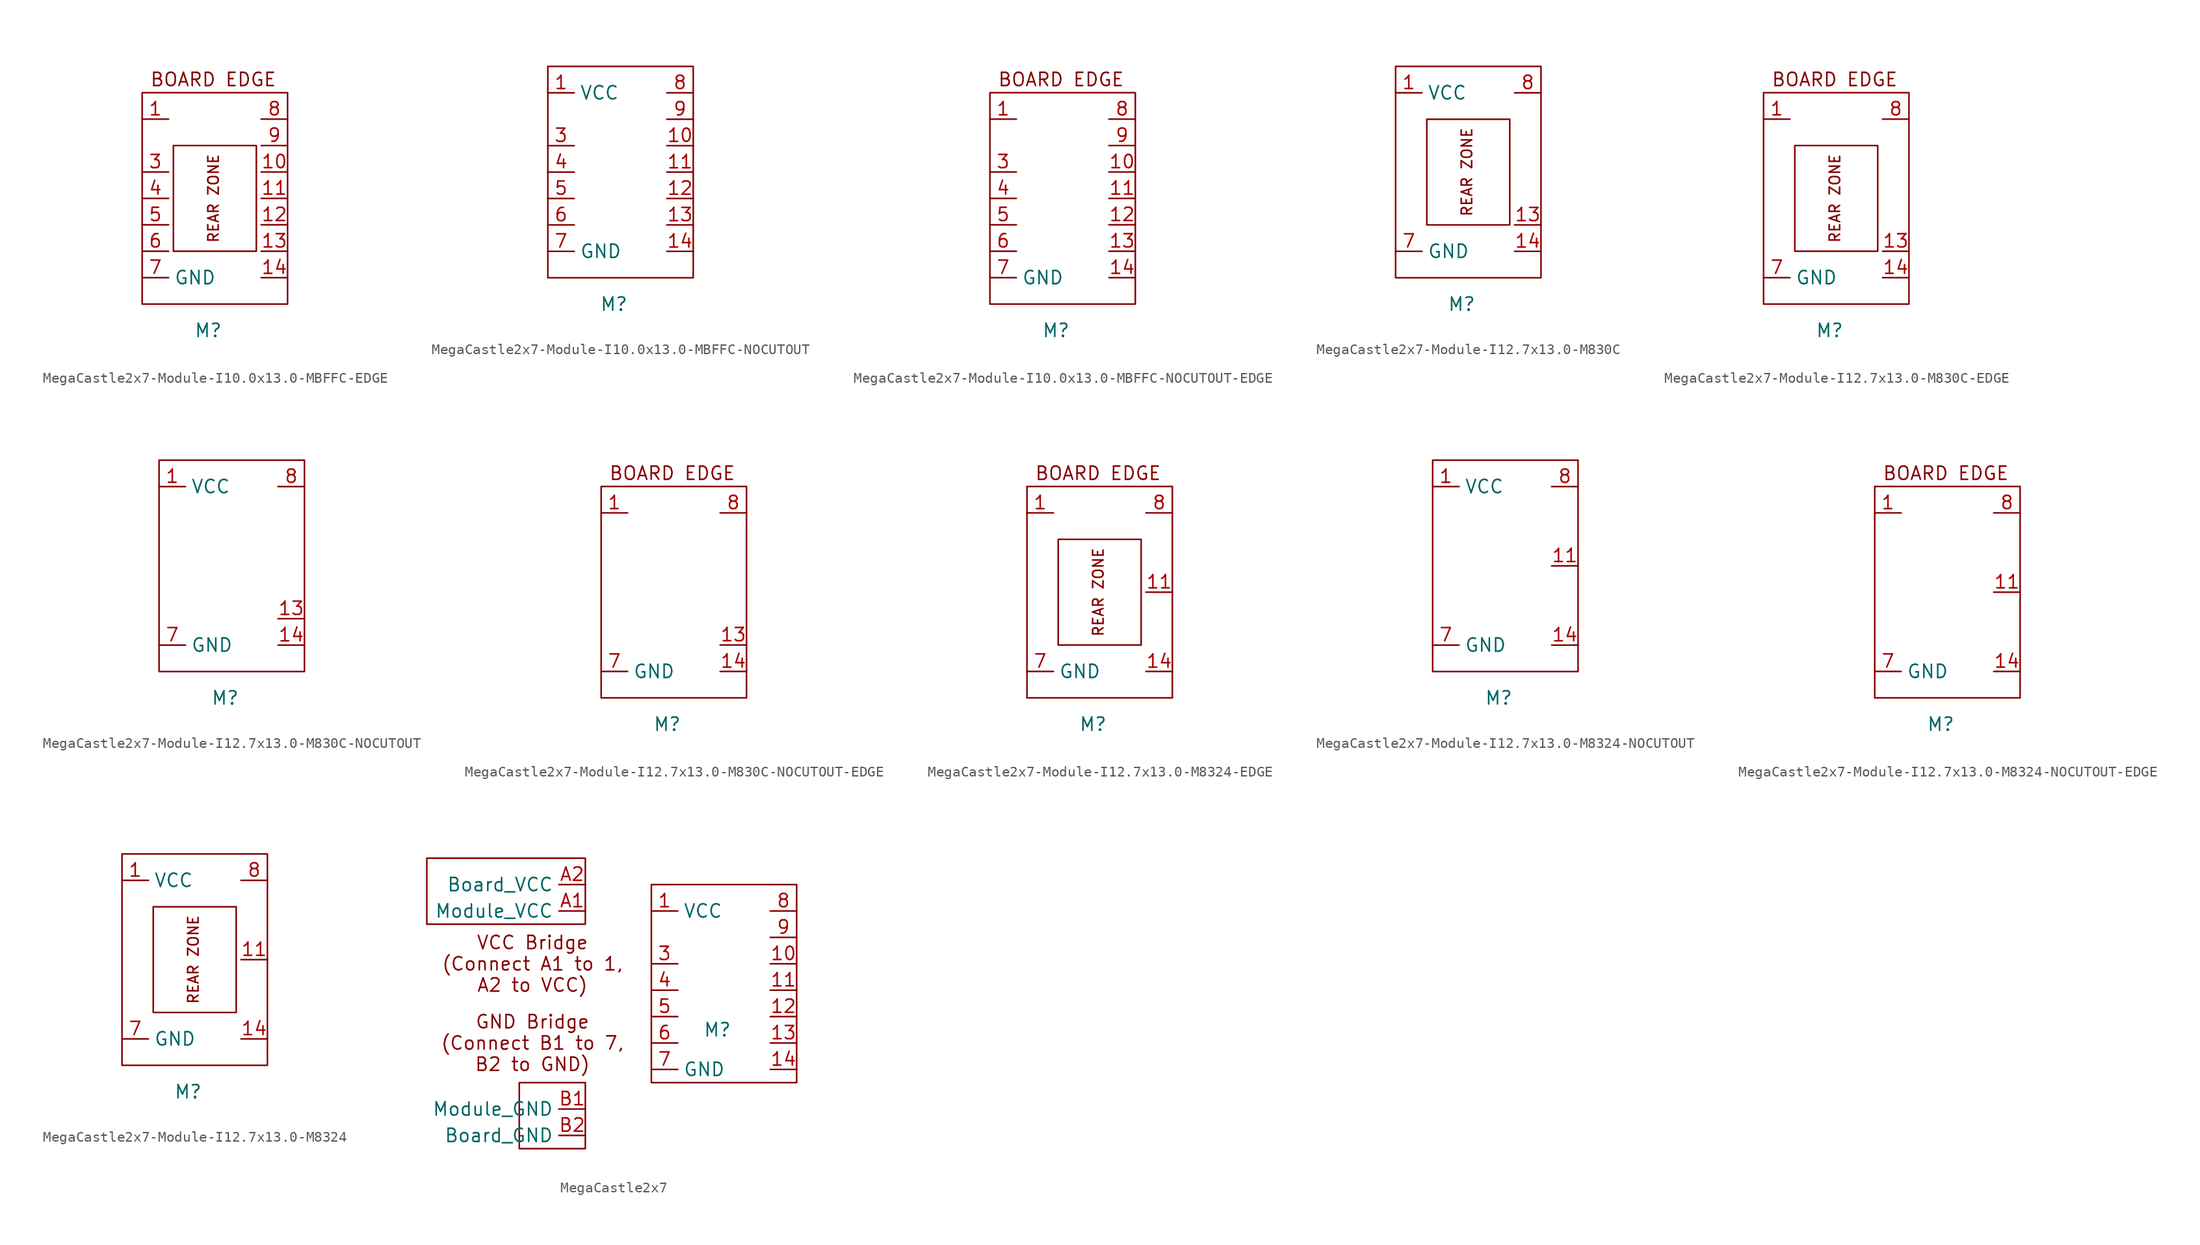
<source format=kicad_sym>
(kicad_symbol_lib
  (version 20231120)
  (generator "kicad_symbol_editor")
  (generator_version "8.0")
  (symbol "MegaCastle2x7-Module-I10.0x13.0-MBFFC-EDGE"
    (property "Reference" "M"
      (at 0 -12.7 0)
      (effects (font (size 1.27 1.27))))
    (property "Value" ""
      (at 0 5.08 0)
      (effects (font (size 1.27 1.27))))
    (symbol "MegaCastle2x7-Module-I10.0x13.0-MBFFC-EDGE_0_1"
      (rectangle (start -6.35 10.16) (end 7.62 -10.16) (stroke (width 0) (type default)) (fill (type none)))
      (rectangle (start -3.35 5.08) (end 4.62 -5.08) (stroke (width 0) (type default)) (fill (type none))))
    (symbol "MegaCastle2x7-Module-I10.0x13.0-MBFFC-EDGE_1_1"
      (text " BOARD EDGE" (at 0 11.43 0) (effects (font (size 1.27 1.27))))
      (text "REAR ZONE" (at 0.5 0 900) (effects (font (size 1 1))))
      (pin bidirectional line (at -6.35 7.62 0) (length 2.54) (name "" (effects (font (size 1.27 1.27)))) (number "1" (effects (font (size 1.27 1.27)))))
      (pin bidirectional line (at 7.62 2.54 180) (length 2.54) (name "" (effects (font (size 1.27 1.27)))) (number "10" (effects (font (size 1.27 1.27)))))
      (pin bidirectional line (at 7.62 0 180) (length 2.54) (name "" (effects (font (size 1.27 1.27)))) (number "11" (effects (font (size 1.27 1.27)))))
      (pin bidirectional line (at 7.62 -2.54 180) (length 2.54) (name "" (effects (font (size 1.27 1.27)))) (number "12" (effects (font (size 1.27 1.27)))))
      (pin bidirectional line (at 7.62 -5.08 180) (length 2.54) (name "" (effects (font (size 1.27 1.27)))) (number "13" (effects (font (size 1.27 1.27)))))
      (pin bidirectional line (at 7.62 -7.62 180) (length 2.54) (name "" (effects (font (size 1.27 1.27)))) (number "14" (effects (font (size 1.27 1.27)))))
      (pin bidirectional line (at -6.35 2.54 0) (length 2.54) (name "" (effects (font (size 1.27 1.27)))) (number "3" (effects (font (size 1.27 1.27)))))
      (pin bidirectional line (at -6.35 0 0) (length 2.54) (name "" (effects (font (size 1.27 1.27)))) (number "4" (effects (font (size 1.27 1.27)))))
      (pin bidirectional line (at -6.35 -2.54 0) (length 2.54) (name "" (effects (font (size 1.27 1.27)))) (number "5" (effects (font (size 1.27 1.27)))))
      (pin bidirectional line (at -6.35 -5.08 0) (length 2.54) (name "" (effects (font (size 1.27 1.27)))) (number "6" (effects (font (size 1.27 1.27)))))
      (pin bidirectional line (at -6.35 -7.62 0) (length 2.54) (name "GND" (effects (font (size 1.27 1.27)))) (number "7" (effects (font (size 1.27 1.27)))))
      (pin bidirectional line (at 7.62 7.62 180) (length 2.54) (name "" (effects (font (size 1.27 1.27)))) (number "8" (effects (font (size 1.27 1.27)))))
      (pin bidirectional line (at 7.62 5.08 180) (length 2.54) (name "" (effects (font (size 1.27 1.27)))) (number "9" (effects (font (size 1.27 1.27)))))))
  (symbol "MegaCastle2x7-Module-I10.0x13.0-MBFFC-NOCUTOUT"
    (property "Reference" "M"
      (at 0 -12.7 0)
      (effects (font (size 1.27 1.27))))
    (property "Value" ""
      (at 0 5.08 0)
      (effects (font (size 1.27 1.27))))
    (symbol "MegaCastle2x7-Module-I10.0x13.0-MBFFC-NOCUTOUT_0_1"
      (rectangle (start -6.35 10.16) (end 7.62 -10.16) (stroke (width 0) (type default)) (fill (type none))))
    (symbol "MegaCastle2x7-Module-I10.0x13.0-MBFFC-NOCUTOUT_1_1"
      (pin bidirectional line (at -6.35 7.62 0) (length 2.54) (name "VCC" (effects (font (size 1.27 1.27)))) (number "1" (effects (font (size 1.27 1.27)))))
      (pin bidirectional line (at 7.62 2.54 180) (length 2.54) (name "" (effects (font (size 1.27 1.27)))) (number "10" (effects (font (size 1.27 1.27)))))
      (pin bidirectional line (at 7.62 0 180) (length 2.54) (name "" (effects (font (size 1.27 1.27)))) (number "11" (effects (font (size 1.27 1.27)))))
      (pin bidirectional line (at 7.62 -2.54 180) (length 2.54) (name "" (effects (font (size 1.27 1.27)))) (number "12" (effects (font (size 1.27 1.27)))))
      (pin bidirectional line (at 7.62 -5.08 180) (length 2.54) (name "" (effects (font (size 1.27 1.27)))) (number "13" (effects (font (size 1.27 1.27)))))
      (pin bidirectional line (at 7.62 -7.62 180) (length 2.54) (name "" (effects (font (size 1.27 1.27)))) (number "14" (effects (font (size 1.27 1.27)))))
      (pin bidirectional line (at -6.35 2.54 0) (length 2.54) (name "" (effects (font (size 1.27 1.27)))) (number "3" (effects (font (size 1.27 1.27)))))
      (pin bidirectional line (at -6.35 0 0) (length 2.54) (name "" (effects (font (size 1.27 1.27)))) (number "4" (effects (font (size 1.27 1.27)))))
      (pin bidirectional line (at -6.35 -2.54 0) (length 2.54) (name "" (effects (font (size 1.27 1.27)))) (number "5" (effects (font (size 1.27 1.27)))))
      (pin bidirectional line (at -6.35 -5.08 0) (length 2.54) (name "" (effects (font (size 1.27 1.27)))) (number "6" (effects (font (size 1.27 1.27)))))
      (pin bidirectional line (at -6.35 -7.62 0) (length 2.54) (name "GND" (effects (font (size 1.27 1.27)))) (number "7" (effects (font (size 1.27 1.27)))))
      (pin bidirectional line (at 7.62 7.62 180) (length 2.54) (name "" (effects (font (size 1.27 1.27)))) (number "8" (effects (font (size 1.27 1.27)))))
      (pin bidirectional line (at 7.62 5.08 180) (length 2.54) (name "" (effects (font (size 1.27 1.27)))) (number "9" (effects (font (size 1.27 1.27)))))))
  (symbol "MegaCastle2x7-Module-I10.0x13.0-MBFFC-NOCUTOUT-EDGE"
    (property "Reference" "M"
      (at 0 -12.7 0)
      (effects (font (size 1.27 1.27))))
    (property "Value" ""
      (at 0 5.08 0)
      (effects (font (size 1.27 1.27))))
    (symbol "MegaCastle2x7-Module-I10.0x13.0-MBFFC-NOCUTOUT-EDGE_0_1"
      (rectangle (start -6.35 10.16) (end 7.62 -10.16) (stroke (width 0) (type default)) (fill (type none))))
    (symbol "MegaCastle2x7-Module-I10.0x13.0-MBFFC-NOCUTOUT-EDGE_1_1"
      (text " BOARD EDGE" (at 0 11.43 0) (effects (font (size 1.27 1.27))))
      (pin bidirectional line (at -6.35 7.62 0) (length 2.54) (name "" (effects (font (size 1.27 1.27)))) (number "1" (effects (font (size 1.27 1.27)))))
      (pin bidirectional line (at 7.62 2.54 180) (length 2.54) (name "" (effects (font (size 1.27 1.27)))) (number "10" (effects (font (size 1.27 1.27)))))
      (pin bidirectional line (at 7.62 0 180) (length 2.54) (name "" (effects (font (size 1.27 1.27)))) (number "11" (effects (font (size 1.27 1.27)))))
      (pin bidirectional line (at 7.62 -2.54 180) (length 2.54) (name "" (effects (font (size 1.27 1.27)))) (number "12" (effects (font (size 1.27 1.27)))))
      (pin bidirectional line (at 7.62 -5.08 180) (length 2.54) (name "" (effects (font (size 1.27 1.27)))) (number "13" (effects (font (size 1.27 1.27)))))
      (pin bidirectional line (at 7.62 -7.62 180) (length 2.54) (name "" (effects (font (size 1.27 1.27)))) (number "14" (effects (font (size 1.27 1.27)))))
      (pin bidirectional line (at -6.35 2.54 0) (length 2.54) (name "" (effects (font (size 1.27 1.27)))) (number "3" (effects (font (size 1.27 1.27)))))
      (pin bidirectional line (at -6.35 0 0) (length 2.54) (name "" (effects (font (size 1.27 1.27)))) (number "4" (effects (font (size 1.27 1.27)))))
      (pin bidirectional line (at -6.35 -2.54 0) (length 2.54) (name "" (effects (font (size 1.27 1.27)))) (number "5" (effects (font (size 1.27 1.27)))))
      (pin bidirectional line (at -6.35 -5.08 0) (length 2.54) (name "" (effects (font (size 1.27 1.27)))) (number "6" (effects (font (size 1.27 1.27)))))
      (pin bidirectional line (at -6.35 -7.62 0) (length 2.54) (name "GND" (effects (font (size 1.27 1.27)))) (number "7" (effects (font (size 1.27 1.27)))))
      (pin bidirectional line (at 7.62 7.62 180) (length 2.54) (name "" (effects (font (size 1.27 1.27)))) (number "8" (effects (font (size 1.27 1.27)))))
      (pin bidirectional line (at 7.62 5.08 180) (length 2.54) (name "" (effects (font (size 1.27 1.27)))) (number "9" (effects (font (size 1.27 1.27)))))))
  (symbol "MegaCastle2x7-Module-I12.7x13.0-M830C"
    (property "Reference" "M"
      (at 0 -12.7 0)
      (effects (font (size 1.27 1.27))))
    (property "Value" ""
      (at 0 5.08 0)
      (effects (font (size 1.27 1.27))))
    (symbol "MegaCastle2x7-Module-I12.7x13.0-M830C_0_1"
      (rectangle (start -6.35 10.16) (end 7.62 -10.16) (stroke (width 0) (type default)) (fill (type none)))
      (rectangle (start -3.35 5.08) (end 4.62 -5.08) (stroke (width 0) (type default)) (fill (type none))))
    (symbol "MegaCastle2x7-Module-I12.7x13.0-M830C_1_1"
      (text "REAR ZONE" (at 0.5 0 900) (effects (font (size 1 1))))
      (pin bidirectional line (at -6.35 7.62 0) (length 2.54) (name "VCC" (effects (font (size 1.27 1.27)))) (number "1" (effects (font (size 1.27 1.27)))))
      (pin bidirectional line (at 7.62 -5.08 180) (length 2.54) (name "" (effects (font (size 1.27 1.27)))) (number "13" (effects (font (size 1.27 1.27)))))
      (pin bidirectional line (at 7.62 -7.62 180) (length 2.54) (name "" (effects (font (size 1.27 1.27)))) (number "14" (effects (font (size 1.27 1.27)))))
      (pin bidirectional line (at -6.35 -7.62 0) (length 2.54) (name "GND" (effects (font (size 1.27 1.27)))) (number "7" (effects (font (size 1.27 1.27)))))
      (pin bidirectional line (at 7.62 7.62 180) (length 2.54) (name "" (effects (font (size 1.27 1.27)))) (number "8" (effects (font (size 1.27 1.27)))))))
  (symbol "MegaCastle2x7-Module-I12.7x13.0-M830C-EDGE"
    (property "Reference" "M"
      (at 0 -12.7 0)
      (effects (font (size 1.27 1.27))))
    (property "Value" ""
      (at 0 5.08 0)
      (effects (font (size 1.27 1.27))))
    (symbol "MegaCastle2x7-Module-I12.7x13.0-M830C-EDGE_0_1"
      (rectangle (start -6.35 10.16) (end 7.62 -10.16) (stroke (width 0) (type default)) (fill (type none)))
      (rectangle (start -3.35 5.08) (end 4.62 -5.08) (stroke (width 0) (type default)) (fill (type none))))
    (symbol "MegaCastle2x7-Module-I12.7x13.0-M830C-EDGE_1_1"
      (text " BOARD EDGE" (at 0 11.43 0) (effects (font (size 1.27 1.27))))
      (text "REAR ZONE" (at 0.5 0 900) (effects (font (size 1 1))))
      (pin bidirectional line (at -6.35 7.62 0) (length 2.54) (name "" (effects (font (size 1.27 1.27)))) (number "1" (effects (font (size 1.27 1.27)))))
      (pin bidirectional line (at 7.62 -5.08 180) (length 2.54) (name "" (effects (font (size 1.27 1.27)))) (number "13" (effects (font (size 1.27 1.27)))))
      (pin bidirectional line (at 7.62 -7.62 180) (length 2.54) (name "" (effects (font (size 1.27 1.27)))) (number "14" (effects (font (size 1.27 1.27)))))
      (pin bidirectional line (at -6.35 -7.62 0) (length 2.54) (name "GND" (effects (font (size 1.27 1.27)))) (number "7" (effects (font (size 1.27 1.27)))))
      (pin bidirectional line (at 7.62 7.62 180) (length 2.54) (name "" (effects (font (size 1.27 1.27)))) (number "8" (effects (font (size 1.27 1.27)))))))
  (symbol "MegaCastle2x7-Module-I12.7x13.0-M830C-NOCUTOUT"
    (property "Reference" "M"
      (at 0 -12.7 0)
      (effects (font (size 1.27 1.27))))
    (property "Value" ""
      (at 0 5.08 0)
      (effects (font (size 1.27 1.27))))
    (symbol "MegaCastle2x7-Module-I12.7x13.0-M830C-NOCUTOUT_0_1"
      (rectangle (start -6.35 10.16) (end 7.62 -10.16) (stroke (width 0) (type default)) (fill (type none))))
    (symbol "MegaCastle2x7-Module-I12.7x13.0-M830C-NOCUTOUT_1_1"
      (pin bidirectional line (at -6.35 7.62 0) (length 2.54) (name "VCC" (effects (font (size 1.27 1.27)))) (number "1" (effects (font (size 1.27 1.27)))))
      (pin bidirectional line (at 7.62 -5.08 180) (length 2.54) (name "" (effects (font (size 1.27 1.27)))) (number "13" (effects (font (size 1.27 1.27)))))
      (pin bidirectional line (at 7.62 -7.62 180) (length 2.54) (name "" (effects (font (size 1.27 1.27)))) (number "14" (effects (font (size 1.27 1.27)))))
      (pin bidirectional line (at -6.35 -7.62 0) (length 2.54) (name "GND" (effects (font (size 1.27 1.27)))) (number "7" (effects (font (size 1.27 1.27)))))
      (pin bidirectional line (at 7.62 7.62 180) (length 2.54) (name "" (effects (font (size 1.27 1.27)))) (number "8" (effects (font (size 1.27 1.27)))))))
  (symbol "MegaCastle2x7-Module-I12.7x13.0-M830C-NOCUTOUT-EDGE"
    (property "Reference" "M"
      (at 0 -12.7 0)
      (effects (font (size 1.27 1.27))))
    (property "Value" ""
      (at 0 5.08 0)
      (effects (font (size 1.27 1.27))))
    (symbol "MegaCastle2x7-Module-I12.7x13.0-M830C-NOCUTOUT-EDGE_0_1"
      (rectangle (start -6.35 10.16) (end 7.62 -10.16) (stroke (width 0) (type default)) (fill (type none))))
    (symbol "MegaCastle2x7-Module-I12.7x13.0-M830C-NOCUTOUT-EDGE_1_1"
      (text " BOARD EDGE" (at 0 11.43 0) (effects (font (size 1.27 1.27))))
      (pin bidirectional line (at -6.35 7.62 0) (length 2.54) (name "" (effects (font (size 1.27 1.27)))) (number "1" (effects (font (size 1.27 1.27)))))
      (pin bidirectional line (at 7.62 -5.08 180) (length 2.54) (name "" (effects (font (size 1.27 1.27)))) (number "13" (effects (font (size 1.27 1.27)))))
      (pin bidirectional line (at 7.62 -7.62 180) (length 2.54) (name "" (effects (font (size 1.27 1.27)))) (number "14" (effects (font (size 1.27 1.27)))))
      (pin bidirectional line (at -6.35 -7.62 0) (length 2.54) (name "GND" (effects (font (size 1.27 1.27)))) (number "7" (effects (font (size 1.27 1.27)))))
      (pin bidirectional line (at 7.62 7.62 180) (length 2.54) (name "" (effects (font (size 1.27 1.27)))) (number "8" (effects (font (size 1.27 1.27)))))))
  (symbol "MegaCastle2x7-Module-I12.7x13.0-M8324-EDGE"
    (property "Reference" "M"
      (at 0 -12.7 0)
      (effects (font (size 1.27 1.27))))
    (property "Value" ""
      (at 0 5.08 0)
      (effects (font (size 1.27 1.27))))
    (symbol "MegaCastle2x7-Module-I12.7x13.0-M8324-EDGE_0_1"
      (rectangle (start -6.35 10.16) (end 7.62 -10.16) (stroke (width 0) (type default)) (fill (type none)))
      (rectangle (start -3.35 5.08) (end 4.62 -5.08) (stroke (width 0) (type default)) (fill (type none))))
    (symbol "MegaCastle2x7-Module-I12.7x13.0-M8324-EDGE_1_1"
      (text " BOARD EDGE" (at 0 11.43 0) (effects (font (size 1.27 1.27))))
      (text "REAR ZONE" (at 0.5 0 900) (effects (font (size 1 1))))
      (pin bidirectional line (at -6.35 7.62 0) (length 2.54) (name "" (effects (font (size 1.27 1.27)))) (number "1" (effects (font (size 1.27 1.27)))))
      (pin bidirectional line (at 7.62 0 180) (length 2.54) (name "" (effects (font (size 1.27 1.27)))) (number "11" (effects (font (size 1.27 1.27)))))
      (pin bidirectional line (at 7.62 -7.62 180) (length 2.54) (name "" (effects (font (size 1.27 1.27)))) (number "14" (effects (font (size 1.27 1.27)))))
      (pin bidirectional line (at -6.35 -7.62 0) (length 2.54) (name "GND" (effects (font (size 1.27 1.27)))) (number "7" (effects (font (size 1.27 1.27)))))
      (pin bidirectional line (at 7.62 7.62 180) (length 2.54) (name "" (effects (font (size 1.27 1.27)))) (number "8" (effects (font (size 1.27 1.27)))))))
  (symbol "MegaCastle2x7-Module-I12.7x13.0-M8324-NOCUTOUT"
    (property "Reference" "M"
      (at 0 -12.7 0)
      (effects (font (size 1.27 1.27))))
    (property "Value" ""
      (at 0 5.08 0)
      (effects (font (size 1.27 1.27))))
    (symbol "MegaCastle2x7-Module-I12.7x13.0-M8324-NOCUTOUT_0_1"
      (rectangle (start -6.35 10.16) (end 7.62 -10.16) (stroke (width 0) (type default)) (fill (type none))))
    (symbol "MegaCastle2x7-Module-I12.7x13.0-M8324-NOCUTOUT_1_1"
      (pin bidirectional line (at -6.35 7.62 0) (length 2.54) (name "VCC" (effects (font (size 1.27 1.27)))) (number "1" (effects (font (size 1.27 1.27)))))
      (pin bidirectional line (at 7.62 0 180) (length 2.54) (name "" (effects (font (size 1.27 1.27)))) (number "11" (effects (font (size 1.27 1.27)))))
      (pin bidirectional line (at 7.62 -7.62 180) (length 2.54) (name "" (effects (font (size 1.27 1.27)))) (number "14" (effects (font (size 1.27 1.27)))))
      (pin bidirectional line (at -6.35 -7.62 0) (length 2.54) (name "GND" (effects (font (size 1.27 1.27)))) (number "7" (effects (font (size 1.27 1.27)))))
      (pin bidirectional line (at 7.62 7.62 180) (length 2.54) (name "" (effects (font (size 1.27 1.27)))) (number "8" (effects (font (size 1.27 1.27)))))))
  (symbol "MegaCastle2x7-Module-I12.7x13.0-M8324-NOCUTOUT-EDGE"
    (property "Reference" "M"
      (at 0 -12.7 0)
      (effects (font (size 1.27 1.27))))
    (property "Value" ""
      (at 0 5.08 0)
      (effects (font (size 1.27 1.27))))
    (symbol "MegaCastle2x7-Module-I12.7x13.0-M8324-NOCUTOUT-EDGE_0_1"
      (rectangle (start -6.35 10.16) (end 7.62 -10.16) (stroke (width 0) (type default)) (fill (type none))))
    (symbol "MegaCastle2x7-Module-I12.7x13.0-M8324-NOCUTOUT-EDGE_1_1"
      (text " BOARD EDGE" (at 0 11.43 0) (effects (font (size 1.27 1.27))))
      (pin bidirectional line (at -6.35 7.62 0) (length 2.54) (name "" (effects (font (size 1.27 1.27)))) (number "1" (effects (font (size 1.27 1.27)))))
      (pin bidirectional line (at 7.62 0 180) (length 2.54) (name "" (effects (font (size 1.27 1.27)))) (number "11" (effects (font (size 1.27 1.27)))))
      (pin bidirectional line (at 7.62 -7.62 180) (length 2.54) (name "" (effects (font (size 1.27 1.27)))) (number "14" (effects (font (size 1.27 1.27)))))
      (pin bidirectional line (at -6.35 -7.62 0) (length 2.54) (name "GND" (effects (font (size 1.27 1.27)))) (number "7" (effects (font (size 1.27 1.27)))))
      (pin bidirectional line (at 7.62 7.62 180) (length 2.54) (name "" (effects (font (size 1.27 1.27)))) (number "8" (effects (font (size 1.27 1.27)))))))
  (symbol "MegaCastle2x7-Module-I12.7x13.0-M8324"
    (property "Reference" "M"
      (at 0 -12.7 0)
      (effects (font (size 1.27 1.27))))
    (property "Value" ""
      (at 0 5.08 0)
      (effects (font (size 1.27 1.27))))
    (symbol "MegaCastle2x7-Module-I12.7x13.0-M8324_0_1"
      (rectangle (start -6.35 10.16) (end 7.62 -10.16) (stroke (width 0) (type default)) (fill (type none)))
      (rectangle (start -3.35 5.08) (end 4.62 -5.08) (stroke (width 0) (type default)) (fill (type none))))
    (symbol "MegaCastle2x7-Module-I12.7x13.0-M8324_1_1"
      (text "REAR ZONE" (at 0.5 0 900) (effects (font (size 1 1))))
      (pin bidirectional line (at -6.35 7.62 0) (length 2.54) (name "VCC" (effects (font (size 1.27 1.27)))) (number "1" (effects (font (size 1.27 1.27)))))
      (pin bidirectional line (at 7.62 0 180) (length 2.54) (name "" (effects (font (size 1.27 1.27)))) (number "11" (effects (font (size 1.27 1.27)))))
      (pin bidirectional line (at 7.62 -7.62 180) (length 2.54) (name "" (effects (font (size 1.27 1.27)))) (number "14" (effects (font (size 1.27 1.27)))))
      (pin bidirectional line (at -6.35 -7.62 0) (length 2.54) (name "GND" (effects (font (size 1.27 1.27)))) (number "7" (effects (font (size 1.27 1.27)))))
      (pin bidirectional line (at 7.62 7.62 180) (length 2.54) (name "" (effects (font (size 1.27 1.27)))) (number "8" (effects (font (size 1.27 1.27)))))))
  (symbol "MegaCastle2x7"
    (property "Reference" "M"
      (at 0 0 0)
      (effects (font (size 1.27 1.27))))
    (property "Value" ""
      (at 0 5.08 0)
      (effects (font (size 1.27 1.27))))
    (symbol "MegaCastle2x7_0_1"
      (rectangle (start -27.94 16.51) (end -12.7 10.16) (stroke (width 0) (type default)) (fill (type none)))
      (rectangle (start -19.05 -5.08) (end -12.7 -11.43) (stroke (width 0) (type default)) (fill (type none)))
      (rectangle (start -6.35 13.97) (end 7.62 -5.08) (stroke (width 0) (type default)) (fill (type none))))
    (symbol "MegaCastle2x7_1_1"
      (text "GND Bridge\n(Connect B1 to 7,\nB2 to GND)" (at -17.78 -1.27 0) (effects (font (size 1.27 1.27))))
      (text "VCC Bridge\n(Connect A1 to 1,\nA2 to VCC)" (at -17.78 6.35 0) (effects (font (size 1.27 1.27))))
      (pin bidirectional line (at -6.35 11.43 0) (length 2.54) (name "VCC" (effects (font (size 1.27 1.27)))) (number "1" (effects (font (size 1.27 1.27)))))
      (pin bidirectional line (at 7.62 6.35 180) (length 2.54) (name "" (effects (font (size 1.27 1.27)))) (number "10" (effects (font (size 1.27 1.27)))))
      (pin bidirectional line (at 7.62 3.81 180) (length 2.54) (name "" (effects (font (size 1.27 1.27)))) (number "11" (effects (font (size 1.27 1.27)))))
      (pin bidirectional line (at 7.62 1.27 180) (length 2.54) (name "" (effects (font (size 1.27 1.27)))) (number "12" (effects (font (size 1.27 1.27)))))
      (pin bidirectional line (at 7.62 -1.27 180) (length 2.54) (name "" (effects (font (size 1.27 1.27)))) (number "13" (effects (font (size 1.27 1.27)))))
      (pin bidirectional line (at 7.62 -3.81 180) (length 2.54) (name "" (effects (font (size 1.27 1.27)))) (number "14" (effects (font (size 1.27 1.27)))))
      (pin bidirectional line (at -6.35 6.35 0) (length 2.54) (name "" (effects (font (size 1.27 1.27)))) (number "3" (effects (font (size 1.27 1.27)))))
      (pin bidirectional line (at -6.35 3.81 0) (length 2.54) (name "" (effects (font (size 1.27 1.27)))) (number "4" (effects (font (size 1.27 1.27)))))
      (pin bidirectional line (at -6.35 1.27 0) (length 2.54) (name "" (effects (font (size 1.27 1.27)))) (number "5" (effects (font (size 1.27 1.27)))))
      (pin bidirectional line (at -6.35 -1.27 0) (length 2.54) (name "" (effects (font (size 1.27 1.27)))) (number "6" (effects (font (size 1.27 1.27)))))
      (pin bidirectional line (at -6.35 -3.81 0) (length 2.54) (name "GND" (effects (font (size 1.27 1.27)))) (number "7" (effects (font (size 1.27 1.27)))))
      (pin bidirectional line (at 7.62 11.43 180) (length 2.54) (name "" (effects (font (size 1.27 1.27)))) (number "8" (effects (font (size 1.27 1.27)))))
      (pin bidirectional line (at 7.62 8.89 180) (length 2.54) (name "" (effects (font (size 1.27 1.27)))) (number "9" (effects (font (size 1.27 1.27)))))
      (pin bidirectional line (at -12.7 11.43 180) (length 2.54) (name "Module_VCC" (effects (font (size 1.27 1.27)))) (number "A1" (effects (font (size 1.27 1.27)))))
      (pin bidirectional line (at -12.7 13.97 180) (length 2.54) (name "Board_VCC" (effects (font (size 1.27 1.27)))) (number "A2" (effects (font (size 1.27 1.27)))))
      (pin bidirectional line (at -12.7 -7.62 180) (length 2.54) (name "Module_GND" (effects (font (size 1.27 1.27)))) (number "B1" (effects (font (size 1.27 1.27)))))
      (pin bidirectional line (at -12.7 -10.16 180) (length 2.54) (name "Board_GND" (effects (font (size 1.27 1.27)))) (number "B2" (effects (font (size 1.27 1.27))))))))
</source>
